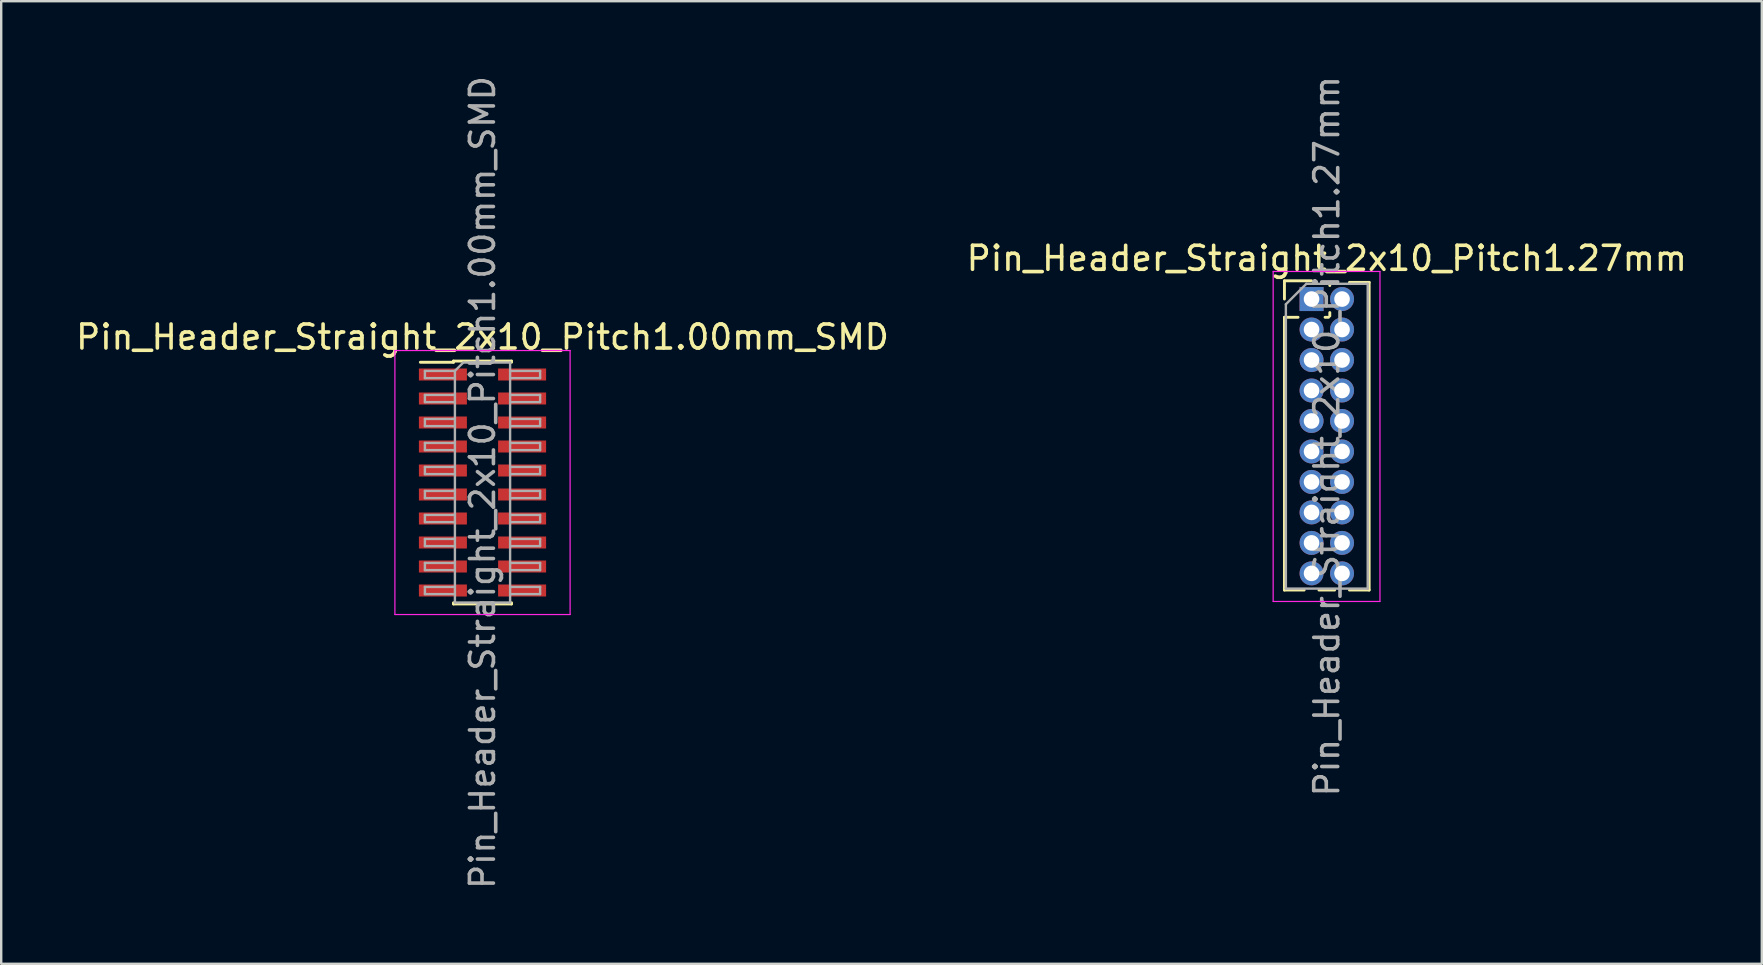
<source format=kicad_pcb>
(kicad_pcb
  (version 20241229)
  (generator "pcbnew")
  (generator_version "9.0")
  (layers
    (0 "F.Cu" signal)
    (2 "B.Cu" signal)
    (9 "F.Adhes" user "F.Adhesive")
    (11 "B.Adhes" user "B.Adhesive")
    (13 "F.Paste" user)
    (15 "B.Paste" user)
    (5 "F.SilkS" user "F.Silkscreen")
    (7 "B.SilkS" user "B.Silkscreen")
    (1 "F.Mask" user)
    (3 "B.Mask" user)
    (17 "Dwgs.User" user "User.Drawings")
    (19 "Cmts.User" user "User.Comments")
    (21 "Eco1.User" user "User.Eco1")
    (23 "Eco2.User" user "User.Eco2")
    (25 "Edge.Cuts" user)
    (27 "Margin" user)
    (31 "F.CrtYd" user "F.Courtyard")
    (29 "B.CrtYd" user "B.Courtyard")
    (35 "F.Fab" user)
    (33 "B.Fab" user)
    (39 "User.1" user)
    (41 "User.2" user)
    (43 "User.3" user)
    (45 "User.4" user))
  (footprint "Pin_Header_Straight_2x10_Pitch1.27mm"
    (layer "F.Cu")
    (at 51.597 9.41)
    (property "Reference" "Pin_Header_Straight_2x10_Pitch1.27mm" (at 0.635 -1.695 0) (layer "F.SilkS") (effects (font (size 1 1) (thickness 0.15))))
    (attr through_hole)
    (fp_line (start -1.13 -0.76) (end 0 -0.76) (stroke (width 0.12) (type solid)) (layer "F.SilkS"))
    (fp_line (start -1.13 0) (end -1.13 -0.76) (stroke (width 0.12) (type solid)) (layer "F.SilkS"))
    (fp_line (start -1.13 0.76) (end -1.13 12.125) (stroke (width 0.12) (type solid)) (layer "F.SilkS"))
    (fp_line (start -1.13 0.76) (end -0.563 0.76) (stroke (width 0.12) (type solid)) (layer "F.SilkS"))
    (fp_line (start -1.13 12.125) (end -0.308 12.125) (stroke (width 0.12) (type solid)) (layer "F.SilkS"))
    (fp_line (start 0.308 12.125) (end 0.962 12.125) (stroke (width 0.12) (type solid)) (layer "F.SilkS"))
    (fp_line (start 0.563 0.76) (end 0.707 0.76) (stroke (width 0.12) (type solid)) (layer "F.SilkS"))
    (fp_line (start 0.76 -0.695) (end 0.962 -0.695) (stroke (width 0.12) (type solid)) (layer "F.SilkS"))
    (fp_line (start 0.76 -0.563) (end 0.76 -0.695) (stroke (width 0.12) (type solid)) (layer "F.SilkS"))
    (fp_line (start 0.76 0.707) (end 0.76 0.563) (stroke (width 0.12) (type solid)) (layer "F.SilkS"))
    (fp_line (start 1.578 -0.695) (end 2.4 -0.695) (stroke (width 0.12) (type solid)) (layer "F.SilkS"))
    (fp_line (start 1.578 12.125) (end 2.4 12.125) (stroke (width 0.12) (type solid)) (layer "F.SilkS"))
    (fp_line (start 2.4 -0.695) (end 2.4 12.125) (stroke (width 0.12) (type solid)) (layer "F.SilkS"))
    (fp_line (start -1.6 -1.15) (end -1.6 12.6) (stroke (width 0.05) (type solid)) (layer "F.CrtYd"))
    (fp_line (start -1.6 12.6) (end 2.85 12.6) (stroke (width 0.05) (type solid)) (layer "F.CrtYd"))
    (fp_line (start 2.85 -1.15) (end -1.6 -1.15) (stroke (width 0.05) (type solid)) (layer "F.CrtYd"))
    (fp_line (start 2.85 12.6) (end 2.85 -1.15) (stroke (width 0.05) (type solid)) (layer "F.CrtYd"))
    (fp_line (start -1.07 0.217) (end -0.217 -0.635) (stroke (width 0.1) (type solid)) (layer "F.Fab"))
    (fp_line (start -1.07 12.065) (end -1.07 0.217) (stroke (width 0.1) (type solid)) (layer "F.Fab"))
    (fp_line (start -0.217 -0.635) (end 2.34 -0.635) (stroke (width 0.1) (type solid)) (layer "F.Fab"))
    (fp_line (start 2.34 -0.635) (end 2.34 12.065) (stroke (width 0.1) (type solid)) (layer "F.Fab"))
    (fp_line (start 2.34 12.065) (end -1.07 12.065) (stroke (width 0.1) (type solid)) (layer "F.Fab"))
    (fp_text user "${REFERENCE}" (at 0.635 5.715 90) (layer "F.Fab") (effects (font (size 1 1) (thickness 0.15))))
    (pad "1" thru_hole rect (at 0 0) (size 1 1) (drill 0.65) (layers "*.Cu" "*.Mask"))
    (pad "2" thru_hole oval (at 1.27 0) (size 1 1) (drill 0.65) (layers "*.Cu" "*.Mask"))
    (pad "3" thru_hole oval (at 0 1.27) (size 1 1) (drill 0.65) (layers "*.Cu" "*.Mask"))
    (pad "4" thru_hole oval (at 1.27 1.27) (size 1 1) (drill 0.65) (layers "*.Cu" "*.Mask"))
    (pad "5" thru_hole oval (at 0 2.54) (size 1 1) (drill 0.65) (layers "*.Cu" "*.Mask"))
    (pad "6" thru_hole oval (at 1.27 2.54) (size 1 1) (drill 0.65) (layers "*.Cu" "*.Mask"))
    (pad "7" thru_hole oval (at 0 3.81) (size 1 1) (drill 0.65) (layers "*.Cu" "*.Mask"))
    (pad "8" thru_hole oval (at 1.27 3.81) (size 1 1) (drill 0.65) (layers "*.Cu" "*.Mask"))
    (pad "9" thru_hole oval (at 0 5.08) (size 1 1) (drill 0.65) (layers "*.Cu" "*.Mask"))
    (pad "10" thru_hole oval (at 1.27 5.08) (size 1 1) (drill 0.65) (layers "*.Cu" "*.Mask"))
    (pad "11" thru_hole oval (at 0 6.35) (size 1 1) (drill 0.65) (layers "*.Cu" "*.Mask"))
    (pad "12" thru_hole oval (at 1.27 6.35) (size 1 1) (drill 0.65) (layers "*.Cu" "*.Mask"))
    (pad "13" thru_hole oval (at 0 7.62) (size 1 1) (drill 0.65) (layers "*.Cu" "*.Mask"))
    (pad "14" thru_hole oval (at 1.27 7.62) (size 1 1) (drill 0.65) (layers "*.Cu" "*.Mask"))
    (pad "15" thru_hole oval (at 0 8.89) (size 1 1) (drill 0.65) (layers "*.Cu" "*.Mask"))
    (pad "16" thru_hole oval (at 1.27 8.89) (size 1 1) (drill 0.65) (layers "*.Cu" "*.Mask"))
    (pad "17" thru_hole oval (at 0 10.16) (size 1 1) (drill 0.65) (layers "*.Cu" "*.Mask"))
    (pad "18" thru_hole oval (at 1.27 10.16) (size 1 1) (drill 0.65) (layers "*.Cu" "*.Mask"))
    (pad "19" thru_hole oval (at 0 11.43) (size 1 1) (drill 0.65) (layers "*.Cu" "*.Mask"))
    (pad "20" thru_hole oval (at 1.27 11.43) (size 1 1) (drill 0.65) (layers "*.Cu" "*.Mask")))
  (footprint "Pin_Header_Straight_2x10_Pitch1.00mm_SMD"
    (layer "F.Cu")
    (at 17.054 17.054)
    (property "Reference" "Pin_Header_Straight_2x10_Pitch1.00mm_SMD" (at 0 -6.06 0) (layer "F.SilkS") (effects (font (size 1 1) (thickness 0.15))))
    (attr smd)
    (fp_line (start -2.59 -5.01) (end -1.21 -5.01) (stroke (width 0.12) (type solid)) (layer "F.SilkS"))
    (fp_line (start -1.21 -5.06) (end -1.21 -5.01) (stroke (width 0.12) (type solid)) (layer "F.SilkS"))
    (fp_line (start -1.21 -5.06) (end 1.21 -5.06) (stroke (width 0.12) (type solid)) (layer "F.SilkS"))
    (fp_line (start -1.21 5.01) (end -1.21 5.06) (stroke (width 0.12) (type solid)) (layer "F.SilkS"))
    (fp_line (start -1.21 5.06) (end 1.21 5.06) (stroke (width 0.12) (type solid)) (layer "F.SilkS"))
    (fp_line (start 1.21 -5.06) (end 1.21 -5.01) (stroke (width 0.12) (type solid)) (layer "F.SilkS"))
    (fp_line (start 1.21 5.01) (end 1.21 5.06) (stroke (width 0.12) (type solid)) (layer "F.SilkS"))
    (fp_line (start -3.65 -5.5) (end -3.65 5.5) (stroke (width 0.05) (type solid)) (layer "F.CrtYd"))
    (fp_line (start -3.65 5.5) (end 3.65 5.5) (stroke (width 0.05) (type solid)) (layer "F.CrtYd"))
    (fp_line (start 3.65 -5.5) (end -3.65 -5.5) (stroke (width 0.05) (type solid)) (layer "F.CrtYd"))
    (fp_line (start 3.65 5.5) (end 3.65 -5.5) (stroke (width 0.05) (type solid)) (layer "F.CrtYd"))
    (fp_line (start -2.4 -4.65) (end -2.4 -4.35) (stroke (width 0.1) (type solid)) (layer "F.Fab"))
    (fp_line (start -2.4 -4.35) (end -1.15 -4.35) (stroke (width 0.1) (type solid)) (layer "F.Fab"))
    (fp_line (start -2.4 -3.65) (end -2.4 -3.35) (stroke (width 0.1) (type solid)) (layer "F.Fab"))
    (fp_line (start -2.4 -3.35) (end -1.15 -3.35) (stroke (width 0.1) (type solid)) (layer "F.Fab"))
    (fp_line (start -2.4 -2.65) (end -2.4 -2.35) (stroke (width 0.1) (type solid)) (layer "F.Fab"))
    (fp_line (start -2.4 -2.35) (end -1.15 -2.35) (stroke (width 0.1) (type solid)) (layer "F.Fab"))
    (fp_line (start -2.4 -1.65) (end -2.4 -1.35) (stroke (width 0.1) (type solid)) (layer "F.Fab"))
    (fp_line (start -2.4 -1.35) (end -1.15 -1.35) (stroke (width 0.1) (type solid)) (layer "F.Fab"))
    (fp_line (start -2.4 -0.65) (end -2.4 -0.35) (stroke (width 0.1) (type solid)) (layer "F.Fab"))
    (fp_line (start -2.4 -0.35) (end -1.15 -0.35) (stroke (width 0.1) (type solid)) (layer "F.Fab"))
    (fp_line (start -2.4 0.35) (end -2.4 0.65) (stroke (width 0.1) (type solid)) (layer "F.Fab"))
    (fp_line (start -2.4 0.65) (end -1.15 0.65) (stroke (width 0.1) (type solid)) (layer "F.Fab"))
    (fp_line (start -2.4 1.35) (end -2.4 1.65) (stroke (width 0.1) (type solid)) (layer "F.Fab"))
    (fp_line (start -2.4 1.65) (end -1.15 1.65) (stroke (width 0.1) (type solid)) (layer "F.Fab"))
    (fp_line (start -2.4 2.35) (end -2.4 2.65) (stroke (width 0.1) (type solid)) (layer "F.Fab"))
    (fp_line (start -2.4 2.65) (end -1.15 2.65) (stroke (width 0.1) (type solid)) (layer "F.Fab"))
    (fp_line (start -2.4 3.35) (end -2.4 3.65) (stroke (width 0.1) (type solid)) (layer "F.Fab"))
    (fp_line (start -2.4 3.65) (end -1.15 3.65) (stroke (width 0.1) (type solid)) (layer "F.Fab"))
    (fp_line (start -2.4 4.35) (end -2.4 4.65) (stroke (width 0.1) (type solid)) (layer "F.Fab"))
    (fp_line (start -2.4 4.65) (end -1.15 4.65) (stroke (width 0.1) (type solid)) (layer "F.Fab"))
    (fp_line (start -1.15 -4.65) (end -2.4 -4.65) (stroke (width 0.1) (type solid)) (layer "F.Fab"))
    (fp_line (start -1.15 -4.65) (end -0.8 -5) (stroke (width 0.1) (type solid)) (layer "F.Fab"))
    (fp_line (start -1.15 -3.65) (end -2.4 -3.65) (stroke (width 0.1) (type solid)) (layer "F.Fab"))
    (fp_line (start -1.15 -2.65) (end -2.4 -2.65) (stroke (width 0.1) (type solid)) (layer "F.Fab"))
    (fp_line (start -1.15 -1.65) (end -2.4 -1.65) (stroke (width 0.1) (type solid)) (layer "F.Fab"))
    (fp_line (start -1.15 -0.65) (end -2.4 -0.65) (stroke (width 0.1) (type solid)) (layer "F.Fab"))
    (fp_line (start -1.15 0.35) (end -2.4 0.35) (stroke (width 0.1) (type solid)) (layer "F.Fab"))
    (fp_line (start -1.15 1.35) (end -2.4 1.35) (stroke (width 0.1) (type solid)) (layer "F.Fab"))
    (fp_line (start -1.15 2.35) (end -2.4 2.35) (stroke (width 0.1) (type solid)) (layer "F.Fab"))
    (fp_line (start -1.15 3.35) (end -2.4 3.35) (stroke (width 0.1) (type solid)) (layer "F.Fab"))
    (fp_line (start -1.15 4.35) (end -2.4 4.35) (stroke (width 0.1) (type solid)) (layer "F.Fab"))
    (fp_line (start -1.15 5) (end -1.15 -4.65) (stroke (width 0.1) (type solid)) (layer "F.Fab"))
    (fp_line (start -0.8 -5) (end 1.15 -5) (stroke (width 0.1) (type solid)) (layer "F.Fab"))
    (fp_line (start 1.15 -5) (end 1.15 5) (stroke (width 0.1) (type solid)) (layer "F.Fab"))
    (fp_line (start 1.15 -4.65) (end 2.4 -4.65) (stroke (width 0.1) (type solid)) (layer "F.Fab"))
    (fp_line (start 1.15 -3.65) (end 2.4 -3.65) (stroke (width 0.1) (type solid)) (layer "F.Fab"))
    (fp_line (start 1.15 -2.65) (end 2.4 -2.65) (stroke (width 0.1) (type solid)) (layer "F.Fab"))
    (fp_line (start 1.15 -1.65) (end 2.4 -1.65) (stroke (width 0.1) (type solid)) (layer "F.Fab"))
    (fp_line (start 1.15 -0.65) (end 2.4 -0.65) (stroke (width 0.1) (type solid)) (layer "F.Fab"))
    (fp_line (start 1.15 0.35) (end 2.4 0.35) (stroke (width 0.1) (type solid)) (layer "F.Fab"))
    (fp_line (start 1.15 1.35) (end 2.4 1.35) (stroke (width 0.1) (type solid)) (layer "F.Fab"))
    (fp_line (start 1.15 2.35) (end 2.4 2.35) (stroke (width 0.1) (type solid)) (layer "F.Fab"))
    (fp_line (start 1.15 3.35) (end 2.4 3.35) (stroke (width 0.1) (type solid)) (layer "F.Fab"))
    (fp_line (start 1.15 4.35) (end 2.4 4.35) (stroke (width 0.1) (type solid)) (layer "F.Fab"))
    (fp_line (start 1.15 5) (end -1.15 5) (stroke (width 0.1) (type solid)) (layer "F.Fab"))
    (fp_line (start 2.4 -4.65) (end 2.4 -4.35) (stroke (width 0.1) (type solid)) (layer "F.Fab"))
    (fp_line (start 2.4 -4.35) (end 1.15 -4.35) (stroke (width 0.1) (type solid)) (layer "F.Fab"))
    (fp_line (start 2.4 -3.65) (end 2.4 -3.35) (stroke (width 0.1) (type solid)) (layer "F.Fab"))
    (fp_line (start 2.4 -3.35) (end 1.15 -3.35) (stroke (width 0.1) (type solid)) (layer "F.Fab"))
    (fp_line (start 2.4 -2.65) (end 2.4 -2.35) (stroke (width 0.1) (type solid)) (layer "F.Fab"))
    (fp_line (start 2.4 -2.35) (end 1.15 -2.35) (stroke (width 0.1) (type solid)) (layer "F.Fab"))
    (fp_line (start 2.4 -1.65) (end 2.4 -1.35) (stroke (width 0.1) (type solid)) (layer "F.Fab"))
    (fp_line (start 2.4 -1.35) (end 1.15 -1.35) (stroke (width 0.1) (type solid)) (layer "F.Fab"))
    (fp_line (start 2.4 -0.65) (end 2.4 -0.35) (stroke (width 0.1) (type solid)) (layer "F.Fab"))
    (fp_line (start 2.4 -0.35) (end 1.15 -0.35) (stroke (width 0.1) (type solid)) (layer "F.Fab"))
    (fp_line (start 2.4 0.35) (end 2.4 0.65) (stroke (width 0.1) (type solid)) (layer "F.Fab"))
    (fp_line (start 2.4 0.65) (end 1.15 0.65) (stroke (width 0.1) (type solid)) (layer "F.Fab"))
    (fp_line (start 2.4 1.35) (end 2.4 1.65) (stroke (width 0.1) (type solid)) (layer "F.Fab"))
    (fp_line (start 2.4 1.65) (end 1.15 1.65) (stroke (width 0.1) (type solid)) (layer "F.Fab"))
    (fp_line (start 2.4 2.35) (end 2.4 2.65) (stroke (width 0.1) (type solid)) (layer "F.Fab"))
    (fp_line (start 2.4 2.65) (end 1.15 2.65) (stroke (width 0.1) (type solid)) (layer "F.Fab"))
    (fp_line (start 2.4 3.35) (end 2.4 3.65) (stroke (width 0.1) (type solid)) (layer "F.Fab"))
    (fp_line (start 2.4 3.65) (end 1.15 3.65) (stroke (width 0.1) (type solid)) (layer "F.Fab"))
    (fp_line (start 2.4 4.35) (end 2.4 4.65) (stroke (width 0.1) (type solid)) (layer "F.Fab"))
    (fp_line (start 2.4 4.65) (end 1.15 4.65) (stroke (width 0.1) (type solid)) (layer "F.Fab"))
    (fp_text user "${REFERENCE}" (at 0 0 90) (layer "F.Fab") (effects (font (size 1 1) (thickness 0.15))))
    (pad "1" smd rect (at -1.65 -4.5) (size 2 0.5) (layers "F.Cu" "F.Mask" "F.Paste"))
    (pad "2" smd rect (at 1.65 -4.5) (size 2 0.5) (layers "F.Cu" "F.Mask" "F.Paste"))
    (pad "3" smd rect (at -1.65 -3.5) (size 2 0.5) (layers "F.Cu" "F.Mask" "F.Paste"))
    (pad "4" smd rect (at 1.65 -3.5) (size 2 0.5) (layers "F.Cu" "F.Mask" "F.Paste"))
    (pad "5" smd rect (at -1.65 -2.5) (size 2 0.5) (layers "F.Cu" "F.Mask" "F.Paste"))
    (pad "6" smd rect (at 1.65 -2.5) (size 2 0.5) (layers "F.Cu" "F.Mask" "F.Paste"))
    (pad "7" smd rect (at -1.65 -1.5) (size 2 0.5) (layers "F.Cu" "F.Mask" "F.Paste"))
    (pad "8" smd rect (at 1.65 -1.5) (size 2 0.5) (layers "F.Cu" "F.Mask" "F.Paste"))
    (pad "9" smd rect (at -1.65 -0.5) (size 2 0.5) (layers "F.Cu" "F.Mask" "F.Paste"))
    (pad "10" smd rect (at 1.65 -0.5) (size 2 0.5) (layers "F.Cu" "F.Mask" "F.Paste"))
    (pad "11" smd rect (at -1.65 0.5) (size 2 0.5) (layers "F.Cu" "F.Mask" "F.Paste"))
    (pad "12" smd rect (at 1.65 0.5) (size 2 0.5) (layers "F.Cu" "F.Mask" "F.Paste"))
    (pad "13" smd rect (at -1.65 1.5) (size 2 0.5) (layers "F.Cu" "F.Mask" "F.Paste"))
    (pad "14" smd rect (at 1.65 1.5) (size 2 0.5) (layers "F.Cu" "F.Mask" "F.Paste"))
    (pad "15" smd rect (at -1.65 2.5) (size 2 0.5) (layers "F.Cu" "F.Mask" "F.Paste"))
    (pad "16" smd rect (at 1.65 2.5) (size 2 0.5) (layers "F.Cu" "F.Mask" "F.Paste"))
    (pad "17" smd rect (at -1.65 3.5) (size 2 0.5) (layers "F.Cu" "F.Mask" "F.Paste"))
    (pad "18" smd rect (at 1.65 3.5) (size 2 0.5) (layers "F.Cu" "F.Mask" "F.Paste"))
    (pad "19" smd rect (at -1.65 4.5) (size 2 0.5) (layers "F.Cu" "F.Mask" "F.Paste"))
    (pad "20" smd rect (at 1.65 4.5) (size 2 0.5) (layers "F.Cu" "F.Mask" "F.Paste")))
  (gr_rect
    (start -3 -3)
    (end 70.357 37.107)
    (stroke (width 0.1) (type default))
    (fill no)
    (layer "Edge.Cuts")))
</source>
